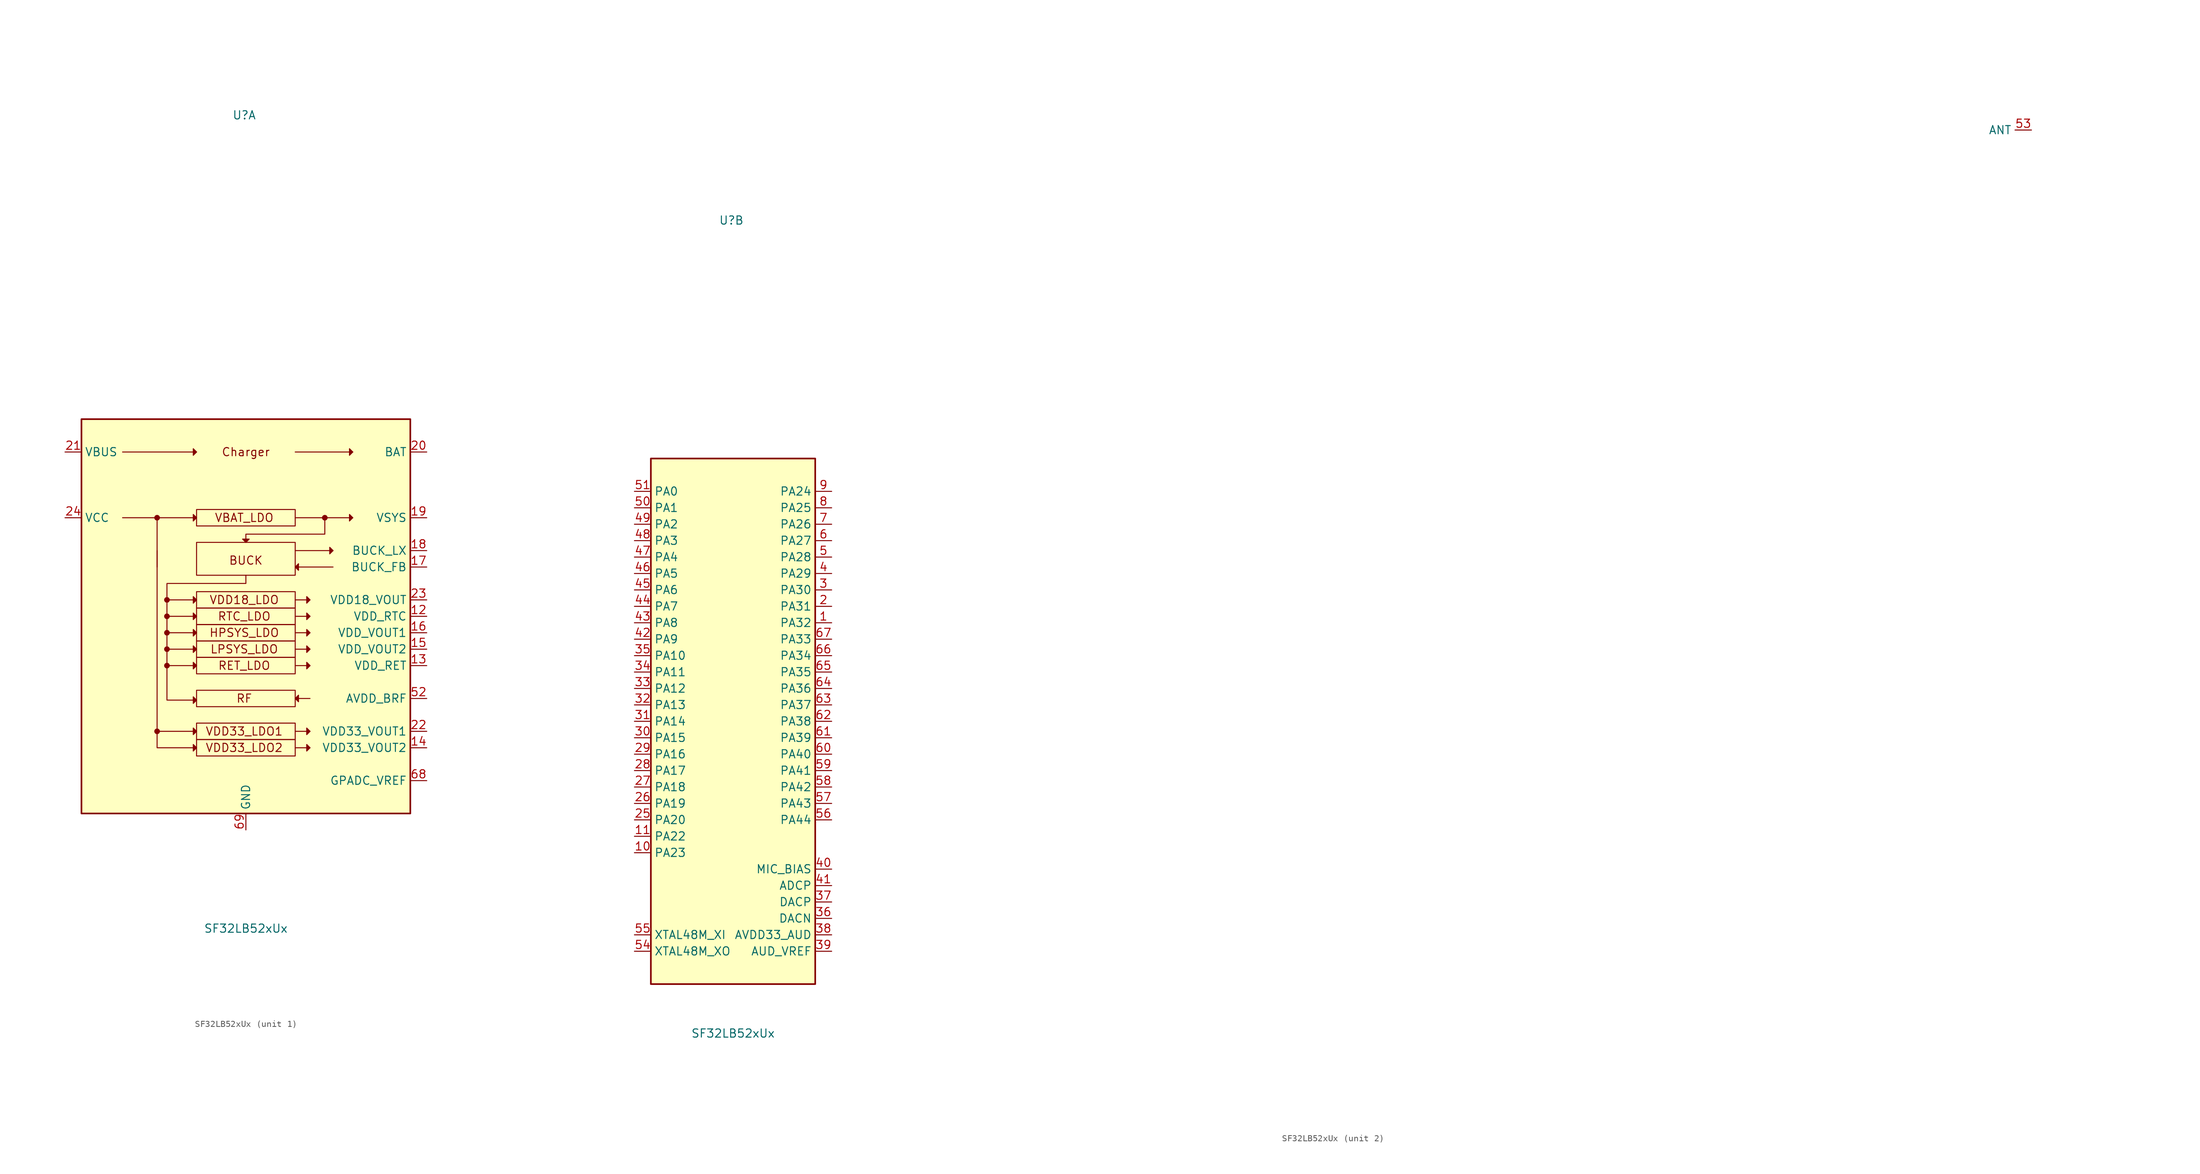
<source format=kicad_sym>
(kicad_symbol_lib
  (version 20231120)
  (generator "kicad_symbol_editor")
  (generator_version "8.0")
  (symbol "SF32LB52xUx"
    (property "Reference" "U"
      (at -0.254 77.47 0)
      (effects (font (size 1.27 1.27))))
    (property "Value" "SF32LB52xUx"
      (at 0 -48.26 0)
      (effects (font (size 1.27 1.27))))
    (property "ki_locked" ""
      (at 0 0 0)
      (effects (font (size 1.27 1.27))))
    (symbol "SF32LB52xUx_1_0"
      (pin power_out line (at 27.94 0 180) (length 2.54) (name "VDD_RTC" (effects (font (size 1.27 1.27)))) (number "12" (effects (font (size 1.27 1.27)))))
      (pin power_out line (at 27.94 -7.62 180) (length 2.54) (name "VDD_RET" (effects (font (size 1.27 1.27)))) (number "13" (effects (font (size 1.27 1.27)))))
      (pin power_out line (at 27.94 -20.32 180) (length 2.54) (name "VDD33_VOUT2" (effects (font (size 1.27 1.27)))) (number "14" (effects (font (size 1.27 1.27)))))
      (pin power_out line (at 27.94 -5.08 180) (length 2.54) (name "VDD_VOUT2" (effects (font (size 1.27 1.27)))) (number "15" (effects (font (size 1.27 1.27)))))
      (pin power_out line (at 27.94 -2.54 180) (length 2.54) (name "VDD_VOUT1" (effects (font (size 1.27 1.27)))) (number "16" (effects (font (size 1.27 1.27)))))
      (pin power_out line (at 27.94 7.62 180) (length 2.54) (name "BUCK_FB" (effects (font (size 1.27 1.27)))) (number "17" (effects (font (size 1.27 1.27)))))
      (pin input line (at 27.94 10.16 180) (length 2.54) (name "BUCK_LX" (effects (font (size 1.27 1.27)))) (number "18" (effects (font (size 1.27 1.27)))))
      (pin power_out line (at 27.94 15.24 180) (length 2.54) (name "VSYS" (effects (font (size 1.27 1.27)))) (number "19" (effects (font (size 1.27 1.27)))))
      (pin bidirectional line (at 27.94 25.4 180) (length 2.54) (name "BAT" (effects (font (size 1.27 1.27)))) (number "20" (effects (font (size 1.27 1.27)))))
      (pin power_in line (at -27.94 25.4 0) (length 2.54) (name "VBUS" (effects (font (size 1.27 1.27)))) (number "21" (effects (font (size 1.27 1.27)))))
      (pin power_out line (at 27.94 -17.78 180) (length 2.54) (name "VDD33_VOUT1" (effects (font (size 1.27 1.27)))) (number "22" (effects (font (size 1.27 1.27)))))
      (pin power_out line (at 27.94 2.54 180) (length 2.54) (name "VDD18_VOUT" (effects (font (size 1.27 1.27)))) (number "23" (effects (font (size 1.27 1.27)))))
      (pin power_in line (at -27.94 15.24 0) (length 2.54) (name "VCC" (effects (font (size 1.27 1.27)))) (number "24" (effects (font (size 1.27 1.27)))))
      (pin power_in line (at 27.94 -12.7 180) (length 2.54) (name "AVDD_BRF" (effects (font (size 1.27 1.27)))) (number "52" (effects (font (size 1.27 1.27)))))
      (pin bidirectional line (at 27.94 -25.4 180) (length 2.54) (name "GPADC_VREF" (effects (font (size 1.27 1.27)))) (number "68" (effects (font (size 1.27 1.27)))))
      (pin power_in line (at 0 -33.02 90) (length 2.54) (name "GND" (effects (font (size 1.27 1.27)))) (number "69" (effects (font (size 1.27 1.27))))))
    (symbol "SF32LB52xUx_1_1"
      (rectangle (start -25.4 30.48) (end 25.4 -30.48) (stroke (width 0.254) (type default)) (fill (type background)))
      (circle (center -13.716 -17.78) (radius 0.359) (stroke (width 0) (type default)) (fill (type outline)))
      (circle (center -13.716 15.24) (radius 0.359) (stroke (width 0) (type default)) (fill (type outline)))
      (circle (center -12.192 -7.62) (radius 0.359) (stroke (width 0) (type default)) (fill (type outline)))
      (circle (center -12.192 -5.08) (radius 0.359) (stroke (width 0) (type default)) (fill (type outline)))
      (circle (center -12.192 -2.54) (radius 0.359) (stroke (width 0) (type default)) (fill (type outline)))
      (circle (center -12.192 0) (radius 0.359) (stroke (width 0) (type default)) (fill (type outline)))
      (circle (center -12.192 2.54) (radius 0.359) (stroke (width 0) (type default)) (fill (type outline)))
      (rectangle (start -7.62 -19.05) (end 7.62 -21.59) (stroke (width 0) (type default)) (fill (type none)))
      (rectangle (start -7.62 -16.51) (end 7.62 -19.05) (stroke (width 0) (type default)) (fill (type none)))
      (rectangle (start -7.62 -11.43) (end 7.62 -13.97) (stroke (width 0) (type default)) (fill (type none)))
      (rectangle (start -7.62 -6.35) (end 7.62 -8.89) (stroke (width 0) (type default)) (fill (type none)))
      (rectangle (start -7.62 -3.81) (end 7.62 -6.35) (stroke (width 0) (type default)) (fill (type none)))
      (rectangle (start -7.62 -1.27) (end 7.62 -3.81) (stroke (width 0) (type default)) (fill (type none)))
      (rectangle (start -7.62 1.27) (end 7.62 -1.27) (stroke (width 0) (type default)) (fill (type none)))
      (rectangle (start -7.62 3.81) (end 7.62 1.27) (stroke (width 0) (type default)) (fill (type none)))
      (rectangle (start -7.62 11.43) (end 7.62 6.35) (stroke (width 0) (type default)) (fill (type none)))
      (rectangle (start -7.62 16.51) (end 7.62 13.97) (stroke (width 0) (type default)) (fill (type none)))
      (polyline (pts (xy -13.716 7.62) (xy -13.716 15.24)) (stroke (width 0) (type default)) (fill (type none)))
      (polyline (pts (xy -7.62 -5.08) (xy -12.192 -5.08)) (stroke (width 0) (type default)) (fill (type none)))
      (polyline (pts (xy -7.62 -2.54) (xy -12.192 -2.54)) (stroke (width 0) (type default)) (fill (type none)))
      (polyline (pts (xy -7.62 0) (xy -12.192 0)) (stroke (width 0) (type default)) (fill (type none)))
      (polyline (pts (xy -7.62 2.54) (xy -12.192 2.54)) (stroke (width 0) (type default)) (fill (type none)))
      (polyline (pts (xy -7.62 15.24) (xy -19.05 15.24)) (stroke (width 0) (type default)) (fill (type none)))
      (polyline (pts (xy -7.62 25.4) (xy -19.05 25.4)) (stroke (width 0) (type default)) (fill (type none)))
      (polyline (pts (xy 7.62 -20.32) (xy 9.906 -20.32)) (stroke (width 0) (type default)) (fill (type none)))
      (polyline (pts (xy 7.62 -17.78) (xy 9.906 -17.78)) (stroke (width 0) (type default)) (fill (type none)))
      (polyline (pts (xy 7.62 -12.7) (xy 9.906 -12.7)) (stroke (width 0) (type default)) (fill (type none)))
      (polyline (pts (xy 7.62 -7.62) (xy 9.906 -7.62)) (stroke (width 0) (type default)) (fill (type none)))
      (polyline (pts (xy 7.62 -5.08) (xy 9.906 -5.08)) (stroke (width 0) (type default)) (fill (type none)))
      (polyline (pts (xy 7.62 -2.54) (xy 9.906 -2.54)) (stroke (width 0) (type default)) (fill (type none)))
      (polyline (pts (xy 7.62 0) (xy 9.906 0)) (stroke (width 0) (type default)) (fill (type none)))
      (polyline (pts (xy 7.62 2.54) (xy 9.906 2.54)) (stroke (width 0) (type default)) (fill (type none)))
      (polyline (pts (xy 7.62 7.62) (xy 13.462 7.62)) (stroke (width 0) (type default)) (fill (type none)))
      (polyline (pts (xy 7.62 10.16) (xy 13.462 10.16)) (stroke (width 0) (type default)) (fill (type none)))
      (polyline (pts (xy 7.62 15.24) (xy 16.51 15.24)) (stroke (width 0) (type default)) (fill (type none)))
      (polyline (pts (xy 7.62 25.4) (xy 16.51 25.4)) (stroke (width 0) (type default)) (fill (type none)))
      (polyline (pts (xy -13.716 -17.78) (xy -13.716 -20.32) (xy -7.62 -20.32)) (stroke (width 0) (type default)) (fill (type none)))
      (polyline (pts (xy -7.62 -17.78) (xy -13.716 -17.78) (xy -13.716 10.16)) (stroke (width 0) (type default)) (fill (type none)))
      (polyline (pts (xy -7.62 -12.954) (xy -12.192 -12.954) (xy -12.192 -7.62)) (stroke (width 0) (type default)) (fill (type none)))
      (polyline (pts (xy -7.62 -20.32) (xy -8.128 -19.812) (xy -8.128 -20.828) (xy -7.62 -20.32)) (stroke (width 0) (type default)) (fill (type outline)))
      (polyline (pts (xy -7.62 -17.78) (xy -8.128 -17.272) (xy -8.128 -18.288) (xy -7.62 -17.78)) (stroke (width 0) (type default)) (fill (type outline)))
      (polyline (pts (xy -7.62 -12.954) (xy -8.128 -12.446) (xy -8.128 -13.462) (xy -7.62 -12.954)) (stroke (width 0) (type default)) (fill (type outline)))
      (polyline (pts (xy -7.62 -7.62) (xy -8.128 -7.112) (xy -8.128 -8.128) (xy -7.62 -7.62)) (stroke (width 0) (type default)) (fill (type outline)))
      (polyline (pts (xy -7.62 -5.08) (xy -8.128 -4.572) (xy -8.128 -5.588) (xy -7.62 -5.08)) (stroke (width 0) (type default)) (fill (type outline)))
      (polyline (pts (xy -7.62 -2.54) (xy -8.128 -2.032) (xy -8.128 -3.048) (xy -7.62 -2.54)) (stroke (width 0) (type default)) (fill (type outline)))
      (polyline (pts (xy -7.62 0) (xy -8.128 0.508) (xy -8.128 -0.508) (xy -7.62 0)) (stroke (width 0) (type default)) (fill (type outline)))
      (polyline (pts (xy -7.62 2.54) (xy -8.128 3.048) (xy -8.128 2.032) (xy -7.62 2.54)) (stroke (width 0) (type default)) (fill (type outline)))
      (polyline (pts (xy -7.62 15.24) (xy -8.128 15.748) (xy -8.128 14.732) (xy -7.62 15.24)) (stroke (width 0) (type default)) (fill (type outline)))
      (polyline (pts (xy -7.62 25.4) (xy -8.128 25.908) (xy -8.128 24.892) (xy -7.62 25.4)) (stroke (width 0) (type default)) (fill (type outline)))
      (polyline (pts (xy 0 11.43) (xy 0.508 11.938) (xy -0.508 11.938) (xy 0 11.43)) (stroke (width 0) (type default)) (fill (type outline)))
      (polyline (pts (xy 7.62 -12.7) (xy 8.128 -13.208) (xy 8.128 -12.192) (xy 7.62 -12.7)) (stroke (width 0) (type default)) (fill (type outline)))
      (polyline (pts (xy 7.62 7.62) (xy 8.128 7.112) (xy 8.128 8.128) (xy 7.62 7.62)) (stroke (width 0) (type default)) (fill (type outline)))
      (polyline (pts (xy 9.906 -20.32) (xy 9.398 -19.812) (xy 9.398 -20.828) (xy 9.906 -20.32)) (stroke (width 0) (type default)) (fill (type outline)))
      (polyline (pts (xy 9.906 -17.78) (xy 9.398 -17.272) (xy 9.398 -18.288) (xy 9.906 -17.78)) (stroke (width 0) (type default)) (fill (type outline)))
      (polyline (pts (xy 9.906 -7.62) (xy 9.398 -7.112) (xy 9.398 -8.128) (xy 9.906 -7.62)) (stroke (width 0) (type default)) (fill (type outline)))
      (polyline (pts (xy 9.906 -5.08) (xy 9.398 -4.572) (xy 9.398 -5.588) (xy 9.906 -5.08)) (stroke (width 0) (type default)) (fill (type outline)))
      (polyline (pts (xy 9.906 -2.54) (xy 9.398 -2.032) (xy 9.398 -3.048) (xy 9.906 -2.54)) (stroke (width 0) (type default)) (fill (type outline)))
      (polyline (pts (xy 9.906 0) (xy 9.398 0.508) (xy 9.398 -0.508) (xy 9.906 0)) (stroke (width 0) (type default)) (fill (type outline)))
      (polyline (pts (xy 9.906 2.54) (xy 9.398 3.048) (xy 9.398 2.032) (xy 9.906 2.54)) (stroke (width 0) (type default)) (fill (type outline)))
      (polyline (pts (xy 12.192 15.24) (xy 12.192 12.7) (xy 0 12.7) (xy 0 11.43)) (stroke (width 0) (type default)) (fill (type none)))
      (polyline (pts (xy 13.462 10.16) (xy 12.954 10.668) (xy 12.954 9.652) (xy 13.462 10.16)) (stroke (width 0) (type default)) (fill (type outline)))
      (polyline (pts (xy 16.51 15.24) (xy 16.002 15.748) (xy 16.002 14.732) (xy 16.51 15.24)) (stroke (width 0) (type default)) (fill (type outline)))
      (polyline (pts (xy 16.51 25.4) (xy 16.002 25.908) (xy 16.002 24.892) (xy 16.51 25.4)) (stroke (width 0) (type default)) (fill (type outline)))
      (polyline (pts (xy 0 6.35) (xy 0 5.08) (xy -12.192 5.08) (xy -12.192 -7.62) (xy -7.62 -7.62)) (stroke (width 0) (type default)) (fill (type none)))
      (circle (center 12.192 15.24) (radius 0.359) (stroke (width 0) (type default)) (fill (type outline)))
      (text "BUCK" (at 0 8.636 0) (effects (font (size 1.27 1.27))))
      (text "Charger" (at 0 25.4 0) (effects (font (size 1.27 1.27))))
      (text "HPSYS_LDO" (at -0.254 -2.54 0) (effects (font (size 1.27 1.27))))
      (text "LPSYS_LDO" (at -0.254 -5.08 0) (effects (font (size 1.27 1.27))))
      (text "RET_LDO" (at -0.254 -7.62 0) (effects (font (size 1.27 1.27))))
      (text "RF" (at -0.254 -12.7 0) (effects (font (size 1.27 1.27))))
      (text "RTC_LDO" (at -0.254 0 0) (effects (font (size 1.27 1.27))))
      (text "VBAT_LDO" (at -0.254 15.24 0) (effects (font (size 1.27 1.27))))
      (text "VDD18_LDO" (at -0.254 2.54 0) (effects (font (size 1.27 1.27))))
      (text "VDD33_LDO1" (at -0.254 -17.78 0) (effects (font (size 1.27 1.27))))
      (text "VDD33_LDO2" (at -0.254 -20.32 0) (effects (font (size 1.27 1.27)))))
    (symbol "SF32LB52xUx_2_0"
      (pin bidirectional line (at 15.24 15.24 180) (length 2.54) (name "PA32" (effects (font (size 1.27 1.27)))) (number "1" (effects (font (size 1.27 1.27)))))
      (pin bidirectional line (at -15.24 -20.32 0) (length 2.54) (name "PA23" (effects (font (size 1.27 1.27)))) (number "10" (effects (font (size 1.27 1.27)))))
      (pin bidirectional line (at -15.24 -17.78 0) (length 2.54) (name "PA22" (effects (font (size 1.27 1.27)))) (number "11" (effects (font (size 1.27 1.27)))))
      (pin bidirectional line (at 15.24 17.78 180) (length 2.54) (name "PA31" (effects (font (size 1.27 1.27)))) (number "2" (effects (font (size 1.27 1.27)))))
      (pin bidirectional line (at -15.24 -15.24 0) (length 2.54) (name "PA20" (effects (font (size 1.27 1.27)))) (number "25" (effects (font (size 1.27 1.27)))))
      (pin bidirectional line (at -15.24 -12.7 0) (length 2.54) (name "PA19" (effects (font (size 1.27 1.27)))) (number "26" (effects (font (size 1.27 1.27)))))
      (pin bidirectional line (at -15.24 -10.16 0) (length 2.54) (name "PA18" (effects (font (size 1.27 1.27)))) (number "27" (effects (font (size 1.27 1.27)))))
      (pin bidirectional line (at -15.24 -7.62 0) (length 2.54) (name "PA17" (effects (font (size 1.27 1.27)))) (number "28" (effects (font (size 1.27 1.27)))))
      (pin bidirectional line (at -15.24 -5.08 0) (length 2.54) (name "PA16" (effects (font (size 1.27 1.27)))) (number "29" (effects (font (size 1.27 1.27)))))
      (pin bidirectional line (at 15.24 20.32 180) (length 2.54) (name "PA30" (effects (font (size 1.27 1.27)))) (number "3" (effects (font (size 1.27 1.27)))))
      (pin bidirectional line (at -15.24 -2.54 0) (length 2.54) (name "PA15" (effects (font (size 1.27 1.27)))) (number "30" (effects (font (size 1.27 1.27)))))
      (pin bidirectional line (at -15.24 0 0) (length 2.54) (name "PA14" (effects (font (size 1.27 1.27)))) (number "31" (effects (font (size 1.27 1.27)))))
      (pin bidirectional line (at -15.24 2.54 0) (length 2.54) (name "PA13" (effects (font (size 1.27 1.27)))) (number "32" (effects (font (size 1.27 1.27)))))
      (pin bidirectional line (at -15.24 5.08 0) (length 2.54) (name "PA12" (effects (font (size 1.27 1.27)))) (number "33" (effects (font (size 1.27 1.27)))))
      (pin bidirectional line (at -15.24 7.62 0) (length 2.54) (name "PA11" (effects (font (size 1.27 1.27)))) (number "34" (effects (font (size 1.27 1.27)))))
      (pin bidirectional line (at -15.24 10.16 0) (length 2.54) (name "PA10" (effects (font (size 1.27 1.27)))) (number "35" (effects (font (size 1.27 1.27)))))
      (pin output line (at 15.24 -30.48 180) (length 2.54) (name "DACN" (effects (font (size 1.27 1.27)))) (number "36" (effects (font (size 1.27 1.27)))))
      (pin output line (at 15.24 -27.94 180) (length 2.54) (name "DACP" (effects (font (size 1.27 1.27)))) (number "37" (effects (font (size 1.27 1.27)))))
      (pin power_in line (at 15.24 -33.02 180) (length 2.54) (name "AVDD33_AUD" (effects (font (size 1.27 1.27)))) (number "38" (effects (font (size 1.27 1.27)))))
      (pin power_in line (at 15.24 -35.56 180) (length 2.54) (name "AUD_VREF" (effects (font (size 1.27 1.27)))) (number "39" (effects (font (size 1.27 1.27)))))
      (pin bidirectional line (at 15.24 22.86 180) (length 2.54) (name "PA29" (effects (font (size 1.27 1.27)))) (number "4" (effects (font (size 1.27 1.27)))))
      (pin power_out line (at 15.24 -22.86 180) (length 2.54) (name "MIC_BIAS" (effects (font (size 1.27 1.27)))) (number "40" (effects (font (size 1.27 1.27)))))
      (pin input line (at 15.24 -25.4 180) (length 2.54) (name "ADCP" (effects (font (size 1.27 1.27)))) (number "41" (effects (font (size 1.27 1.27)))))
      (pin bidirectional line (at -15.24 12.7 0) (length 2.54) (name "PA9" (effects (font (size 1.27 1.27)))) (number "42" (effects (font (size 1.27 1.27)))))
      (pin bidirectional line (at -15.24 15.24 0) (length 2.54) (name "PA8" (effects (font (size 1.27 1.27)))) (number "43" (effects (font (size 1.27 1.27)))))
      (pin bidirectional line (at -15.24 17.78 0) (length 2.54) (name "PA7" (effects (font (size 1.27 1.27)))) (number "44" (effects (font (size 1.27 1.27)))))
      (pin bidirectional line (at -15.24 20.32 0) (length 2.54) (name "PA6" (effects (font (size 1.27 1.27)))) (number "45" (effects (font (size 1.27 1.27)))))
      (pin bidirectional line (at -15.24 22.86 0) (length 2.54) (name "PA5" (effects (font (size 1.27 1.27)))) (number "46" (effects (font (size 1.27 1.27)))))
      (pin bidirectional line (at -15.24 25.4 0) (length 2.54) (name "PA4" (effects (font (size 1.27 1.27)))) (number "47" (effects (font (size 1.27 1.27)))))
      (pin bidirectional line (at -15.24 27.94 0) (length 2.54) (name "PA3" (effects (font (size 1.27 1.27)))) (number "48" (effects (font (size 1.27 1.27)))))
      (pin bidirectional line (at -15.24 30.48 0) (length 2.54) (name "PA2" (effects (font (size 1.27 1.27)))) (number "49" (effects (font (size 1.27 1.27)))))
      (pin bidirectional line (at 15.24 25.4 180) (length 2.54) (name "PA28" (effects (font (size 1.27 1.27)))) (number "5" (effects (font (size 1.27 1.27)))))
      (pin bidirectional line (at -15.24 33.02 0) (length 2.54) (name "PA1" (effects (font (size 1.27 1.27)))) (number "50" (effects (font (size 1.27 1.27)))))
      (pin bidirectional line (at -15.24 35.56 0) (length 2.54) (name "PA0" (effects (font (size 1.27 1.27)))) (number "51" (effects (font (size 1.27 1.27)))))
      (pin bidirectional line (at 200.66 91.44 180) (length 2.54) (name "ANT" (effects (font (size 1.27 1.27)))) (number "53" (effects (font (size 1.27 1.27)))))
      (pin unspecified line (at -15.24 -35.56 0) (length 2.54) (name "XTAL48M_XO" (effects (font (size 1.27 1.27)))) (number "54" (effects (font (size 1.27 1.27)))))
      (pin unspecified line (at -15.24 -33.02 0) (length 2.54) (name "XTAL48M_XI" (effects (font (size 1.27 1.27)))) (number "55" (effects (font (size 1.27 1.27)))))
      (pin bidirectional line (at 15.24 -15.24 180) (length 2.54) (name "PA44" (effects (font (size 1.27 1.27)))) (number "56" (effects (font (size 1.27 1.27)))))
      (pin bidirectional line (at 15.24 -12.7 180) (length 2.54) (name "PA43" (effects (font (size 1.27 1.27)))) (number "57" (effects (font (size 1.27 1.27)))))
      (pin bidirectional line (at 15.24 -10.16 180) (length 2.54) (name "PA42" (effects (font (size 1.27 1.27)))) (number "58" (effects (font (size 1.27 1.27)))))
      (pin bidirectional line (at 15.24 -7.62 180) (length 2.54) (name "PA41" (effects (font (size 1.27 1.27)))) (number "59" (effects (font (size 1.27 1.27)))))
      (pin bidirectional line (at 15.24 27.94 180) (length 2.54) (name "PA27" (effects (font (size 1.27 1.27)))) (number "6" (effects (font (size 1.27 1.27)))))
      (pin bidirectional line (at 15.24 -5.08 180) (length 2.54) (name "PA40" (effects (font (size 1.27 1.27)))) (number "60" (effects (font (size 1.27 1.27)))))
      (pin bidirectional line (at 15.24 -2.54 180) (length 2.54) (name "PA39" (effects (font (size 1.27 1.27)))) (number "61" (effects (font (size 1.27 1.27)))))
      (pin bidirectional line (at 15.24 0 180) (length 2.54) (name "PA38" (effects (font (size 1.27 1.27)))) (number "62" (effects (font (size 1.27 1.27)))))
      (pin bidirectional line (at 15.24 2.54 180) (length 2.54) (name "PA37" (effects (font (size 1.27 1.27)))) (number "63" (effects (font (size 1.27 1.27)))))
      (pin bidirectional line (at 15.24 5.08 180) (length 2.54) (name "PA36" (effects (font (size 1.27 1.27)))) (number "64" (effects (font (size 1.27 1.27)))))
      (pin bidirectional line (at 15.24 7.62 180) (length 2.54) (name "PA35" (effects (font (size 1.27 1.27)))) (number "65" (effects (font (size 1.27 1.27)))))
      (pin bidirectional line (at 15.24 10.16 180) (length 2.54) (name "PA34" (effects (font (size 1.27 1.27)))) (number "66" (effects (font (size 1.27 1.27)))))
      (pin bidirectional line (at 15.24 12.7 180) (length 2.54) (name "PA33" (effects (font (size 1.27 1.27)))) (number "67" (effects (font (size 1.27 1.27)))))
      (pin bidirectional line (at 15.24 30.48 180) (length 2.54) (name "PA26" (effects (font (size 1.27 1.27)))) (number "7" (effects (font (size 1.27 1.27)))))
      (pin bidirectional line (at 15.24 33.02 180) (length 2.54) (name "PA25" (effects (font (size 1.27 1.27)))) (number "8" (effects (font (size 1.27 1.27)))))
      (pin bidirectional line (at 15.24 35.56 180) (length 2.54) (name "PA24" (effects (font (size 1.27 1.27)))) (number "9" (effects (font (size 1.27 1.27))))))
    (symbol "SF32LB52xUx_2_1"
      (rectangle (start -12.7 40.64) (end 12.7 -40.64) (stroke (width 0.254) (type default)) (fill (type background))))))
</source>
